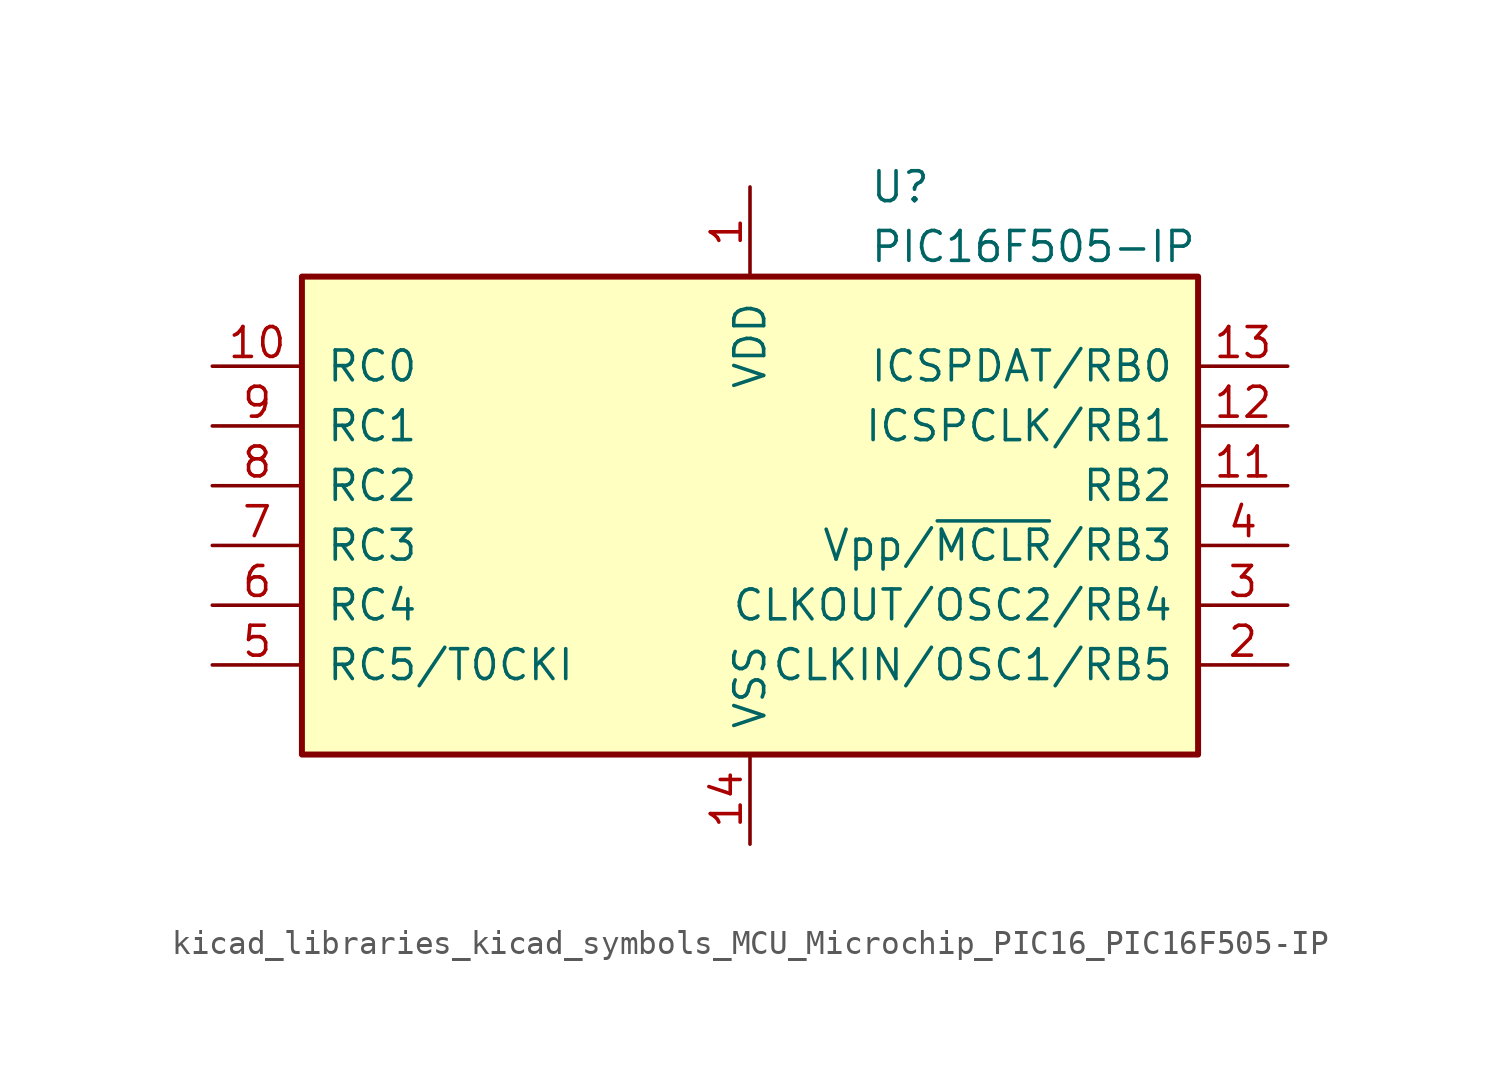
<source format=kicad_sym>
(kicad_symbol_lib
  (version 20220914)
  (generator kicad_symbol_editor)
  (symbol "kicad_libraries_kicad_symbols_MCU_Microchip_PIC16_PIC16F505-IP"
    (pin_names
      (offset 1.016))
    (property "Reference" "U"
      (at 5.08 12.7 0)
      (effects (font (size 1.27 1.27)) (justify left)))
    (property "Value" "PIC16F505-IP"
      (at 5.08 10.16 0)
      (effects (font (size 1.27 1.27)) (justify left)))
    (symbol "kicad_libraries_kicad_symbols_MCU_Microchip_PIC16_PIC16F505-IP_0_1"
      (rectangle (start -19.05 8.89) (end 19.05 -11.43) (stroke (width 0.254) (type default)) (fill (type background))))
    (symbol "kicad_libraries_kicad_symbols_MCU_Microchip_PIC16_PIC16F505-IP_1_1"
      (pin power_in line (at 0 12.7 270) (length 3.81) (name "VDD" (effects (font (size 1.27 1.27)))) (number "1" (effects (font (size 1.27 1.27)))))
      (pin bidirectional line (at -22.86 5.08 0) (length 3.81) (name "RC0" (effects (font (size 1.27 1.27)))) (number "10" (effects (font (size 1.27 1.27)))))
      (pin bidirectional line (at 22.86 0 180) (length 3.81) (name "RB2" (effects (font (size 1.27 1.27)))) (number "11" (effects (font (size 1.27 1.27)))))
      (pin bidirectional line (at 22.86 2.54 180) (length 3.81) (name "ICSPCLK/RB1" (effects (font (size 1.27 1.27)))) (number "12" (effects (font (size 1.27 1.27)))))
      (pin bidirectional line (at 22.86 5.08 180) (length 3.81) (name "ICSPDAT/RB0" (effects (font (size 1.27 1.27)))) (number "13" (effects (font (size 1.27 1.27)))))
      (pin power_in line (at 0 -15.24 90) (length 3.81) (name "VSS" (effects (font (size 1.27 1.27)))) (number "14" (effects (font (size 1.27 1.27)))))
      (pin bidirectional line (at 22.86 -7.62 180) (length 3.81) (name "CLKIN/OSC1/RB5" (effects (font (size 1.27 1.27)))) (number "2" (effects (font (size 1.27 1.27)))))
      (pin bidirectional line (at 22.86 -5.08 180) (length 3.81) (name "CLKOUT/OSC2/RB4" (effects (font (size 1.27 1.27)))) (number "3" (effects (font (size 1.27 1.27)))))
      (pin input line (at 22.86 -2.54 180) (length 3.81) (name "Vpp/~{MCLR}/RB3" (effects (font (size 1.27 1.27)))) (number "4" (effects (font (size 1.27 1.27)))))
      (pin bidirectional line (at -22.86 -7.62 0) (length 3.81) (name "RC5/T0CKI" (effects (font (size 1.27 1.27)))) (number "5" (effects (font (size 1.27 1.27)))))
      (pin bidirectional line (at -22.86 -5.08 0) (length 3.81) (name "RC4" (effects (font (size 1.27 1.27)))) (number "6" (effects (font (size 1.27 1.27)))))
      (pin bidirectional line (at -22.86 -2.54 0) (length 3.81) (name "RC3" (effects (font (size 1.27 1.27)))) (number "7" (effects (font (size 1.27 1.27)))))
      (pin bidirectional line (at -22.86 0 0) (length 3.81) (name "RC2" (effects (font (size 1.27 1.27)))) (number "8" (effects (font (size 1.27 1.27)))))
      (pin bidirectional line (at -22.86 2.54 0) (length 3.81) (name "RC1" (effects (font (size 1.27 1.27)))) (number "9" (effects (font (size 1.27 1.27))))))))
</source>
